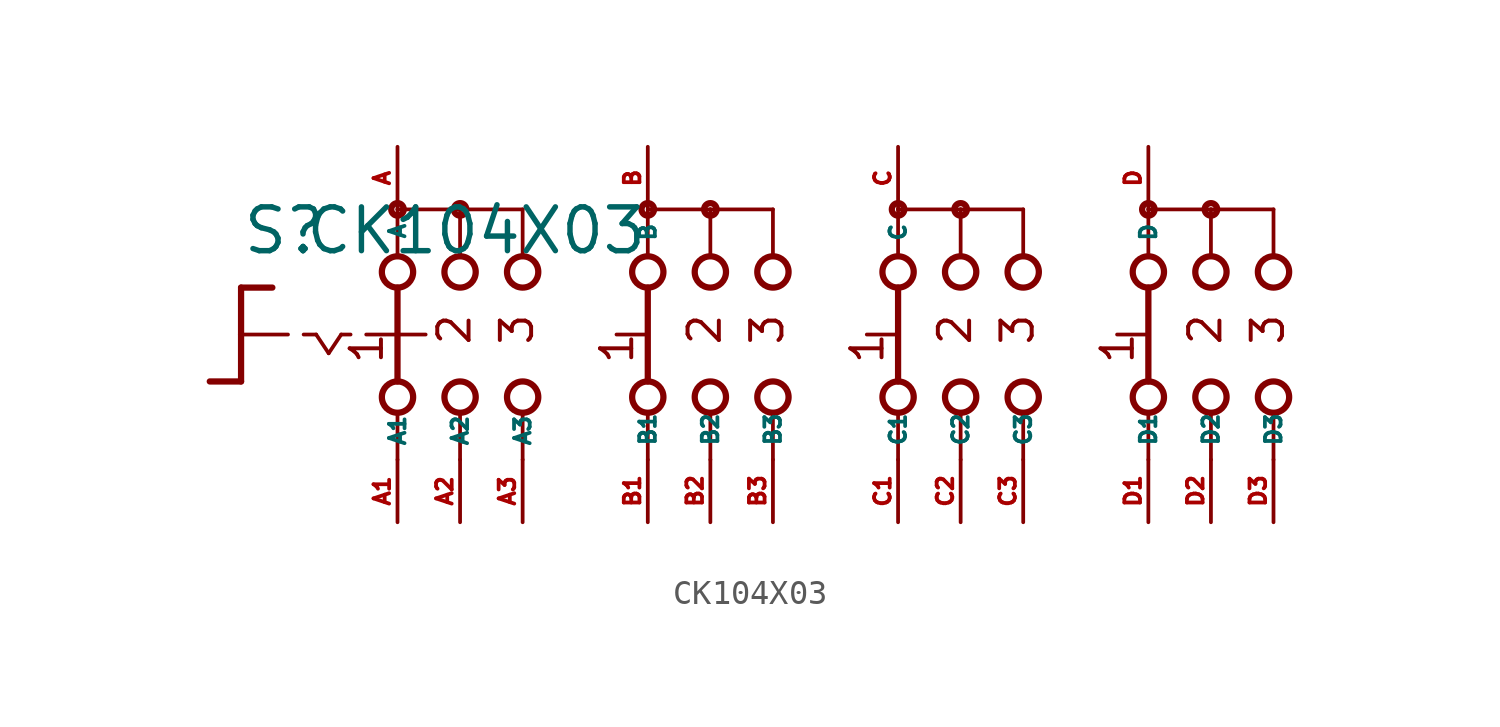
<source format=kicad_sym>
(kicad_symbol_lib
  (version 20220914)
  (generator Eagle2Kicad)
  (symbol "CK104X03"
    (property "Reference" "S"
      (at -19.05 3.175 0)
      (effects (font (size 1.778 1.778) (thickness 0.22)) (justify left bottom)))
    (property "Value" "CK104X03"
      (at -16.51 3.175 0)
      (effects (font (size 1.778 1.778) (thickness 0.22)) (justify left bottom)))
    (polyline
      (pts (xy -19.05 1.905) (xy -17.78 1.905))
      (stroke (width 0.254) (type default))
      (fill (type none)))
    (polyline
      (pts (xy -19.05 1.905) (xy -19.05 0))
      (stroke (width 0.254) (type default))
      (fill (type none)))
    (polyline
      (pts (xy -19.05 -1.905) (xy -20.32 -1.905))
      (stroke (width 0.254) (type default))
      (fill (type none)))
    (polyline
      (pts (xy -19.05 0) (xy -17.145 0))
      (stroke (width 0.152) (type default))
      (fill (type none)))
    (polyline
      (pts (xy -19.05 0) (xy -19.05 -1.905))
      (stroke (width 0.254) (type default))
      (fill (type none)))
    (polyline
      (pts (xy -16.51 0) (xy -16.002 0))
      (stroke (width 0.152) (type default))
      (fill (type none)))
    (polyline
      (pts (xy -14.986 0) (xy -14.605 0))
      (stroke (width 0.152) (type default))
      (fill (type none)))
    (polyline
      (pts (xy -16.002 0) (xy -15.494 -0.762))
      (stroke (width 0.152) (type default))
      (fill (type none)))
    (polyline
      (pts (xy -15.494 -0.762) (xy -14.986 0))
      (stroke (width 0.152) (type default))
      (fill (type none)))
    (polyline
      (pts (xy 7.62 3.175) (xy 7.62 5.08))
      (stroke (width 0.152) (type default))
      (fill (type none)))
    (polyline
      (pts (xy 7.62 -5.08) (xy 7.62 -3.175))
      (stroke (width 0.152) (type default))
      (fill (type none)))
    (polyline
      (pts (xy 10.16 3.175) (xy 10.16 5.08))
      (stroke (width 0.152) (type default))
      (fill (type none)))
    (polyline
      (pts (xy 12.7 3.175) (xy 12.7 5.08))
      (stroke (width 0.152) (type default))
      (fill (type none)))
    (polyline
      (pts (xy 17.78 3.175) (xy 17.78 5.08))
      (stroke (width 0.152) (type default))
      (fill (type none)))
    (polyline
      (pts (xy 20.32 3.175) (xy 20.32 5.08))
      (stroke (width 0.152) (type default))
      (fill (type none)))
    (polyline
      (pts (xy 22.86 3.175) (xy 22.86 5.08))
      (stroke (width 0.152) (type default))
      (fill (type none)))
    (polyline
      (pts (xy 7.62 5.08) (xy 10.16 5.08))
      (stroke (width 0.152) (type default))
      (fill (type none)))
    (polyline
      (pts (xy 10.16 5.08) (xy 12.7 5.08))
      (stroke (width 0.152) (type default))
      (fill (type none)))
    (polyline
      (pts (xy 17.78 5.08) (xy 20.32 5.08))
      (stroke (width 0.152) (type default))
      (fill (type none)))
    (polyline
      (pts (xy 20.32 5.08) (xy 22.86 5.08))
      (stroke (width 0.152) (type default))
      (fill (type none)))
    (polyline
      (pts (xy 10.16 -5.08) (xy 10.16 -3.175))
      (stroke (width 0.152) (type default))
      (fill (type none)))
    (polyline
      (pts (xy 12.7 -5.08) (xy 12.7 -3.175))
      (stroke (width 0.152) (type default))
      (fill (type none)))
    (polyline
      (pts (xy 17.78 -5.08) (xy 17.78 -3.175))
      (stroke (width 0.152) (type default))
      (fill (type none)))
    (polyline
      (pts (xy 20.32 -5.08) (xy 20.32 -3.175))
      (stroke (width 0.152) (type default))
      (fill (type none)))
    (polyline
      (pts (xy 22.86 -5.08) (xy 22.86 -3.175))
      (stroke (width 0.152) (type default))
      (fill (type none)))
    (polyline
      (pts (xy 7.62 1.905) (xy 7.62 -1.905))
      (stroke (width 0.254) (type default))
      (fill (type none)))
    (polyline
      (pts (xy 6.35 0) (xy 7.493 0))
      (stroke (width 0.152) (type default))
      (fill (type none)))
    (polyline
      (pts (xy 17.78 1.905) (xy 17.78 -1.905))
      (stroke (width 0.254) (type default))
      (fill (type none)))
    (polyline
      (pts (xy 16.51 0) (xy 17.653 0))
      (stroke (width 0.152) (type default))
      (fill (type none)))
    (polyline
      (pts (xy -13.97 0) (xy -12.827 0))
      (stroke (width 0.152) (type default))
      (fill (type none)))
    (polyline
      (pts (xy -10.16 3.175) (xy -10.16 5.08))
      (stroke (width 0.152) (type default))
      (fill (type none)))
    (polyline
      (pts (xy -7.62 3.175) (xy -7.62 5.08))
      (stroke (width 0.152) (type default))
      (fill (type none)))
    (polyline
      (pts (xy -10.16 -5.08) (xy -10.16 -3.175))
      (stroke (width 0.152) (type default))
      (fill (type none)))
    (polyline
      (pts (xy -7.62 -5.08) (xy -7.62 -3.175))
      (stroke (width 0.152) (type default))
      (fill (type none)))
    (polyline
      (pts (xy -7.62 5.08) (xy -10.16 5.08))
      (stroke (width 0.152) (type default))
      (fill (type none)))
    (polyline
      (pts (xy -2.54 -5.08) (xy -2.54 -3.175))
      (stroke (width 0.152) (type default))
      (fill (type none)))
    (polyline
      (pts (xy 0 -5.08) (xy 0 -3.175))
      (stroke (width 0.152) (type default))
      (fill (type none)))
    (polyline
      (pts (xy -2.54 3.175) (xy -2.54 5.08))
      (stroke (width 0.152) (type default))
      (fill (type none)))
    (polyline
      (pts (xy 0 3.175) (xy 0 5.08))
      (stroke (width 0.152) (type default))
      (fill (type none)))
    (polyline
      (pts (xy -2.54 5.08) (xy 0 5.08))
      (stroke (width 0.152) (type default))
      (fill (type none)))
    (polyline
      (pts (xy -12.7 5.08) (xy -12.7 3.175))
      (stroke (width 0.152) (type default))
      (fill (type none)))
    (polyline
      (pts (xy -12.7 1.905) (xy -12.7 0))
      (stroke (width 0.254) (type default))
      (fill (type none)))
    (polyline
      (pts (xy -12.7 -3.175) (xy -12.7 -5.08))
      (stroke (width 0.152) (type default))
      (fill (type none)))
    (polyline
      (pts (xy -10.16 5.08) (xy -12.7 5.08))
      (stroke (width 0.152) (type default))
      (fill (type none)))
    (polyline
      (pts (xy 2.54 3.175) (xy 2.54 5.08))
      (stroke (width 0.152) (type default))
      (fill (type none)))
    (polyline
      (pts (xy 2.54 -5.08) (xy 2.54 -3.175))
      (stroke (width 0.152) (type default))
      (fill (type none)))
    (polyline
      (pts (xy -12.7 0) (xy -11.557 0))
      (stroke (width 0.152) (type default))
      (fill (type none)))
    (polyline
      (pts (xy -12.7 0) (xy -12.7 -1.905))
      (stroke (width 0.254) (type default))
      (fill (type none)))
    (polyline
      (pts (xy -3.81 0) (xy -2.667 0))
      (stroke (width 0.152) (type default))
      (fill (type none)))
    (polyline
      (pts (xy -2.54 1.905) (xy -2.54 -1.905))
      (stroke (width 0.254) (type default))
      (fill (type none)))
    (polyline
      (pts (xy 0 5.08) (xy 2.54 5.08))
      (stroke (width 0.152) (type default))
      (fill (type none)))
    (text "1"
      (at 17.272 -1.27 900)
      (effects (font (size 1.27 1.27) (thickness 0.16)) (justify left bottom)))
    (text "2"
      (at 20.828 -0.508 900)
      (effects (font (size 1.27 1.27) (thickness 0.16)) (justify left bottom)))
    (text "3"
      (at 23.368 -0.508 900)
      (effects (font (size 1.27 1.27) (thickness 0.16)) (justify left bottom)))
    (text "1"
      (at -13.208 -1.27 900)
      (effects (font (size 1.27 1.27) (thickness 0.16)) (justify left bottom)))
    (text "2"
      (at -9.652 -0.508 900)
      (effects (font (size 1.27 1.27) (thickness 0.16)) (justify left bottom)))
    (text "3"
      (at -7.112 -0.508 900)
      (effects (font (size 1.27 1.27) (thickness 0.16)) (justify left bottom)))
    (text "1"
      (at -3.048 -1.27 900)
      (effects (font (size 1.27 1.27) (thickness 0.16)) (justify left bottom)))
    (text "2"
      (at 0.508 -0.508 900)
      (effects (font (size 1.27 1.27) (thickness 0.16)) (justify left bottom)))
    (text "3"
      (at 3.048 -0.508 900)
      (effects (font (size 1.27 1.27) (thickness 0.16)) (justify left bottom)))
    (text "1"
      (at 7.112 -1.27 900)
      (effects (font (size 1.27 1.27) (thickness 0.16)) (justify left bottom)))
    (text "2"
      (at 10.668 -0.508 900)
      (effects (font (size 1.27 1.27) (thickness 0.16)) (justify left bottom)))
    (text "3"
      (at 13.208 -0.508 900)
      (effects (font (size 1.27 1.27) (thickness 0.16)) (justify left bottom)))
    (circle
      (center 7.62 5.08)
      (radius 0.254)
      (stroke (width 0.254) (type default))
      (fill (type none)))
    (circle
      (center 7.62 2.54)
      (radius 0.635)
      (stroke (width 0.254) (type default))
      (fill (type none)))
    (circle
      (center 7.62 -2.54)
      (radius 0.635)
      (stroke (width 0.254) (type default))
      (fill (type none)))
    (circle
      (center 10.16 2.54)
      (radius 0.635)
      (stroke (width 0.254) (type default))
      (fill (type none)))
    (circle
      (center 12.7 2.54)
      (radius 0.635)
      (stroke (width 0.254) (type default))
      (fill (type none)))
    (circle
      (center 17.78 2.54)
      (radius 0.635)
      (stroke (width 0.254) (type default))
      (fill (type none)))
    (circle
      (center 20.32 2.54)
      (radius 0.635)
      (stroke (width 0.254) (type default))
      (fill (type none)))
    (circle
      (center 22.86 2.54)
      (radius 0.635)
      (stroke (width 0.254) (type default))
      (fill (type none)))
    (circle
      (center 10.16 5.08)
      (radius 0.254)
      (stroke (width 0.254) (type default))
      (fill (type none)))
    (circle
      (center 17.78 5.08)
      (radius 0.254)
      (stroke (width 0.254) (type default))
      (fill (type none)))
    (circle
      (center 20.32 5.08)
      (radius 0.254)
      (stroke (width 0.254) (type default))
      (fill (type none)))
    (circle
      (center 10.16 -2.54)
      (radius 0.635)
      (stroke (width 0.254) (type default))
      (fill (type none)))
    (circle
      (center 12.7 -2.54)
      (radius 0.635)
      (stroke (width 0.254) (type default))
      (fill (type none)))
    (circle
      (center 17.78 -2.54)
      (radius 0.635)
      (stroke (width 0.254) (type default))
      (fill (type none)))
    (circle
      (center 20.32 -2.54)
      (radius 0.635)
      (stroke (width 0.254) (type default))
      (fill (type none)))
    (circle
      (center 22.86 -2.54)
      (radius 0.635)
      (stroke (width 0.254) (type default))
      (fill (type none)))
    (circle
      (center -12.7 5.08)
      (radius 0.254)
      (stroke (width 0.254) (type default))
      (fill (type none)))
    (circle
      (center -10.16 5.08)
      (radius 0.254)
      (stroke (width 0.254) (type default))
      (fill (type none)))
    (circle
      (center -12.7 2.54)
      (radius 0.635)
      (stroke (width 0.254) (type default))
      (fill (type none)))
    (circle
      (center -10.16 2.54)
      (radius 0.635)
      (stroke (width 0.254) (type default))
      (fill (type none)))
    (circle
      (center -7.62 2.54)
      (radius 0.635)
      (stroke (width 0.254) (type default))
      (fill (type none)))
    (circle
      (center -12.7 -2.54)
      (radius 0.635)
      (stroke (width 0.254) (type default))
      (fill (type none)))
    (circle
      (center -10.16 -2.54)
      (radius 0.635)
      (stroke (width 0.254) (type default))
      (fill (type none)))
    (circle
      (center -7.62 -2.54)
      (radius 0.635)
      (stroke (width 0.254) (type default))
      (fill (type none)))
    (circle
      (center -2.54 5.08)
      (radius 0.254)
      (stroke (width 0.254) (type default))
      (fill (type none)))
    (circle
      (center -2.54 2.54)
      (radius 0.635)
      (stroke (width 0.254) (type default))
      (fill (type none)))
    (circle
      (center -2.54 -2.54)
      (radius 0.635)
      (stroke (width 0.254) (type default))
      (fill (type none)))
    (circle
      (center 0 2.54)
      (radius 0.635)
      (stroke (width 0.254) (type default))
      (fill (type none)))
    (circle
      (center 0 -2.54)
      (radius 0.635)
      (stroke (width 0.254) (type default))
      (fill (type none)))
    (circle
      (center 2.54 2.54)
      (radius 0.635)
      (stroke (width 0.254) (type default))
      (fill (type none)))
    (circle
      (center 2.54 -2.54)
      (radius 0.635)
      (stroke (width 0.254) (type default))
      (fill (type none)))
    (circle
      (center 0 5.08)
      (radius 0.254)
      (stroke (width 0.254) (type default))
      (fill (type none)))
    (pin passive line
      (at -12.7 -7.62 90)
      (length 2.54)
      (name "A1" (effects (font (size 0.635 0.635) (thickness 0.08)) (justify left bottom)))
      (number "A1" (effects (font (size 0.635 0.635) (thickness 0.08)) (justify left bottom))))
    (pin passive line
      (at -12.7 7.62 270)
      (length 2.54)
      (name "A" (effects (font (size 0.635 0.635) (thickness 0.08)) (justify left bottom)))
      (number "A" (effects (font (size 0.635 0.635) (thickness 0.08)) (justify left bottom))))
    (pin passive line
      (at -10.16 -7.62 90)
      (length 2.54)
      (name "A2" (effects (font (size 0.635 0.635) (thickness 0.08)) (justify left bottom)))
      (number "A2" (effects (font (size 0.635 0.635) (thickness 0.08)) (justify left bottom))))
    (pin passive line
      (at -7.62 -7.62 90)
      (length 2.54)
      (name "A3" (effects (font (size 0.635 0.635) (thickness 0.08)) (justify left bottom)))
      (number "A3" (effects (font (size 0.635 0.635) (thickness 0.08)) (justify left bottom))))
    (pin passive line
      (at -2.54 -7.62 90)
      (length 2.54)
      (name "B1" (effects (font (size 0.635 0.635) (thickness 0.08)) (justify left bottom)))
      (number "B1" (effects (font (size 0.635 0.635) (thickness 0.08)) (justify left bottom))))
    (pin passive line
      (at 0 -7.62 90)
      (length 2.54)
      (name "B2" (effects (font (size 0.635 0.635) (thickness 0.08)) (justify left bottom)))
      (number "B2" (effects (font (size 0.635 0.635) (thickness 0.08)) (justify left bottom))))
    (pin passive line
      (at 2.54 -7.62 90)
      (length 2.54)
      (name "B3" (effects (font (size 0.635 0.635) (thickness 0.08)) (justify left bottom)))
      (number "B3" (effects (font (size 0.635 0.635) (thickness 0.08)) (justify left bottom))))
    (pin passive line
      (at 7.62 -7.62 90)
      (length 2.54)
      (name "C1" (effects (font (size 0.635 0.635) (thickness 0.08)) (justify left bottom)))
      (number "C1" (effects (font (size 0.635 0.635) (thickness 0.08)) (justify left bottom))))
    (pin passive line
      (at 10.16 -7.62 90)
      (length 2.54)
      (name "C2" (effects (font (size 0.635 0.635) (thickness 0.08)) (justify left bottom)))
      (number "C2" (effects (font (size 0.635 0.635) (thickness 0.08)) (justify left bottom))))
    (pin passive line
      (at 12.7 -7.62 90)
      (length 2.54)
      (name "C3" (effects (font (size 0.635 0.635) (thickness 0.08)) (justify left bottom)))
      (number "C3" (effects (font (size 0.635 0.635) (thickness 0.08)) (justify left bottom))))
    (pin passive line
      (at 17.78 -7.62 90)
      (length 2.54)
      (name "D1" (effects (font (size 0.635 0.635) (thickness 0.08)) (justify left bottom)))
      (number "D1" (effects (font (size 0.635 0.635) (thickness 0.08)) (justify left bottom))))
    (pin passive line
      (at 20.32 -7.62 90)
      (length 2.54)
      (name "D2" (effects (font (size 0.635 0.635) (thickness 0.08)) (justify left bottom)))
      (number "D2" (effects (font (size 0.635 0.635) (thickness 0.08)) (justify left bottom))))
    (pin passive line
      (at 22.86 -7.62 90)
      (length 2.54)
      (name "D3" (effects (font (size 0.635 0.635) (thickness 0.08)) (justify left bottom)))
      (number "D3" (effects (font (size 0.635 0.635) (thickness 0.08)) (justify left bottom))))
    (pin passive line
      (at 7.62 7.62 270)
      (length 2.54)
      (name "C" (effects (font (size 0.635 0.635) (thickness 0.08)) (justify left bottom)))
      (number "C" (effects (font (size 0.635 0.635) (thickness 0.08)) (justify left bottom))))
    (pin passive line
      (at 17.78 7.62 270)
      (length 2.54)
      (name "D" (effects (font (size 0.635 0.635) (thickness 0.08)) (justify left bottom)))
      (number "D" (effects (font (size 0.635 0.635) (thickness 0.08)) (justify left bottom))))
    (pin passive line
      (at -2.54 7.62 270)
      (length 2.54)
      (name "B" (effects (font (size 0.635 0.635) (thickness 0.08)) (justify left bottom)))
      (number "B" (effects (font (size 0.635 0.635) (thickness 0.08)) (justify left bottom))))))
</source>
